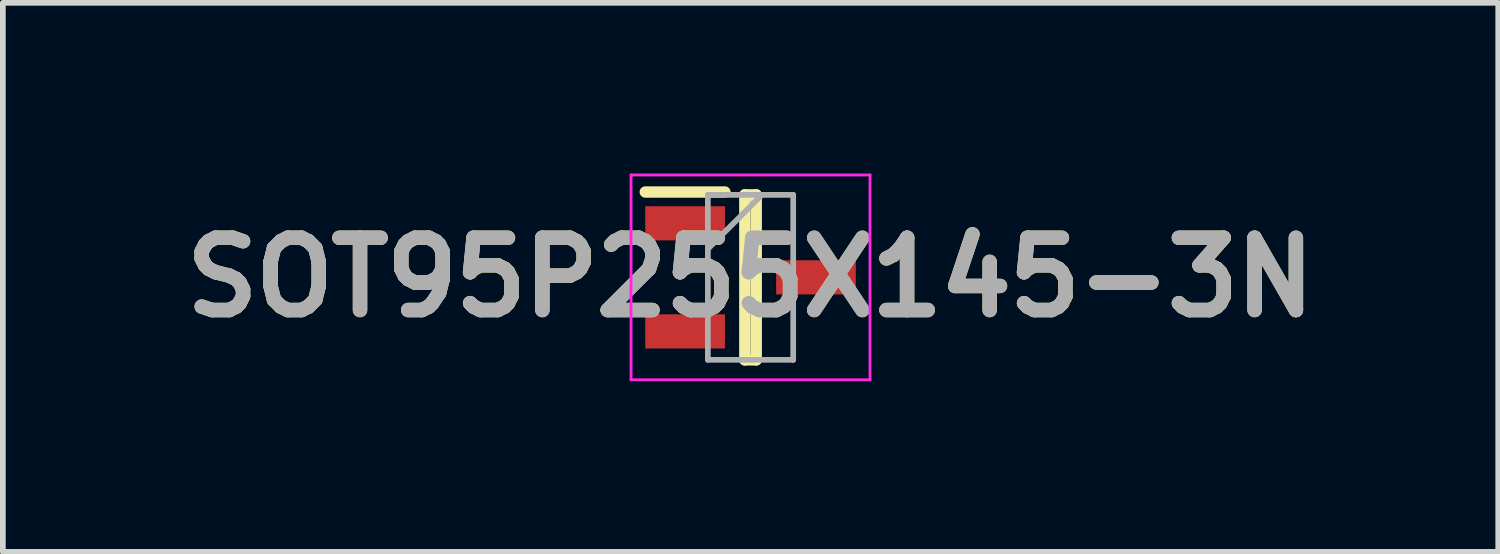
<source format=kicad_pcb>
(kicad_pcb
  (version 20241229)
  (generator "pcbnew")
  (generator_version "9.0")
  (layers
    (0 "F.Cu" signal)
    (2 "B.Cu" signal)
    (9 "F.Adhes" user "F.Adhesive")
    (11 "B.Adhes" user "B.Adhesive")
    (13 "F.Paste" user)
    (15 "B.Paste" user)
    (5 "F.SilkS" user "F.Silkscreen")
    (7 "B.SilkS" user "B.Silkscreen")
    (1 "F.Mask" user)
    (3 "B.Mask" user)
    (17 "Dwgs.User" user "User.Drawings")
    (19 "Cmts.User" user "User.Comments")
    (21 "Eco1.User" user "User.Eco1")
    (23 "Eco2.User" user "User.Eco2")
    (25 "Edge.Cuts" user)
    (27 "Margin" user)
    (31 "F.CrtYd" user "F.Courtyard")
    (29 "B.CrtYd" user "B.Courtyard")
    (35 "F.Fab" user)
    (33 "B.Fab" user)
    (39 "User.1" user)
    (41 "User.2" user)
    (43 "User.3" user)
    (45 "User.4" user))
  (footprint "SOT95P255X145-3N"
    (layer "F.Cu")
    (at 10.142 1.825)
    (property "Reference" "SOT95P255X145-3N" (at 0 0 0) (layer "F.SilkS") (effects (font (size 1.27 1.27) (thickness 0.254))))
    (attr smd)
    (fp_line (start -1.85 -1.5) (end -0.45 -1.5) (stroke (width 0.2) (type solid)) (layer "F.SilkS"))
    (fp_line (start -0.1 -1.45) (end 0.1 -1.45) (stroke (width 0.2) (type solid)) (layer "F.SilkS"))
    (fp_line (start -0.1 1.45) (end -0.1 -1.45) (stroke (width 0.2) (type solid)) (layer "F.SilkS"))
    (fp_line (start 0.1 -1.45) (end 0.1 1.45) (stroke (width 0.2) (type solid)) (layer "F.SilkS"))
    (fp_line (start 0.1 1.45) (end -0.1 1.45) (stroke (width 0.2) (type solid)) (layer "F.SilkS"))
    (fp_line (start -2.1 -1.8) (end 2.1 -1.8) (stroke (width 0.05) (type solid)) (layer "F.CrtYd"))
    (fp_line (start -2.1 1.8) (end -2.1 -1.8) (stroke (width 0.05) (type solid)) (layer "F.CrtYd"))
    (fp_line (start 2.1 -1.8) (end 2.1 1.8) (stroke (width 0.05) (type solid)) (layer "F.CrtYd"))
    (fp_line (start 2.1 1.8) (end -2.1 1.8) (stroke (width 0.05) (type solid)) (layer "F.CrtYd"))
    (fp_line (start -0.75 -1.45) (end 0.75 -1.45) (stroke (width 0.1) (type solid)) (layer "F.Fab"))
    (fp_line (start -0.75 -0.5) (end 0.2 -1.45) (stroke (width 0.1) (type solid)) (layer "F.Fab"))
    (fp_line (start -0.75 1.45) (end -0.75 -1.45) (stroke (width 0.1) (type solid)) (layer "F.Fab"))
    (fp_line (start 0.75 -1.45) (end 0.75 1.45) (stroke (width 0.1) (type solid)) (layer "F.Fab"))
    (fp_line (start 0.75 1.45) (end -0.75 1.45) (stroke (width 0.1) (type solid)) (layer "F.Fab"))
    (fp_text user "${REFERENCE}" (at 0 0 0) (layer "F.Fab") (effects (font (size 1.27 1.27) (thickness 0.254))))
    (pad "1" smd rect (at -1.15 -0.95 90) (size 0.6 1.4) (layers "F.Cu" "F.Mask" "F.Paste"))
    (pad "2" smd rect (at -1.15 0.95 90) (size 0.6 1.4) (layers "F.Cu" "F.Mask" "F.Paste"))
    (pad "3" smd rect (at 1.15 0 90) (size 0.6 1.4) (layers "F.Cu" "F.Mask" "F.Paste")))
  (gr_rect
    (start -3 -3)
    (end 23.284 6.65)
    (stroke (width 0.1) (type default))
    (fill no)
    (layer "Edge.Cuts")))
</source>
